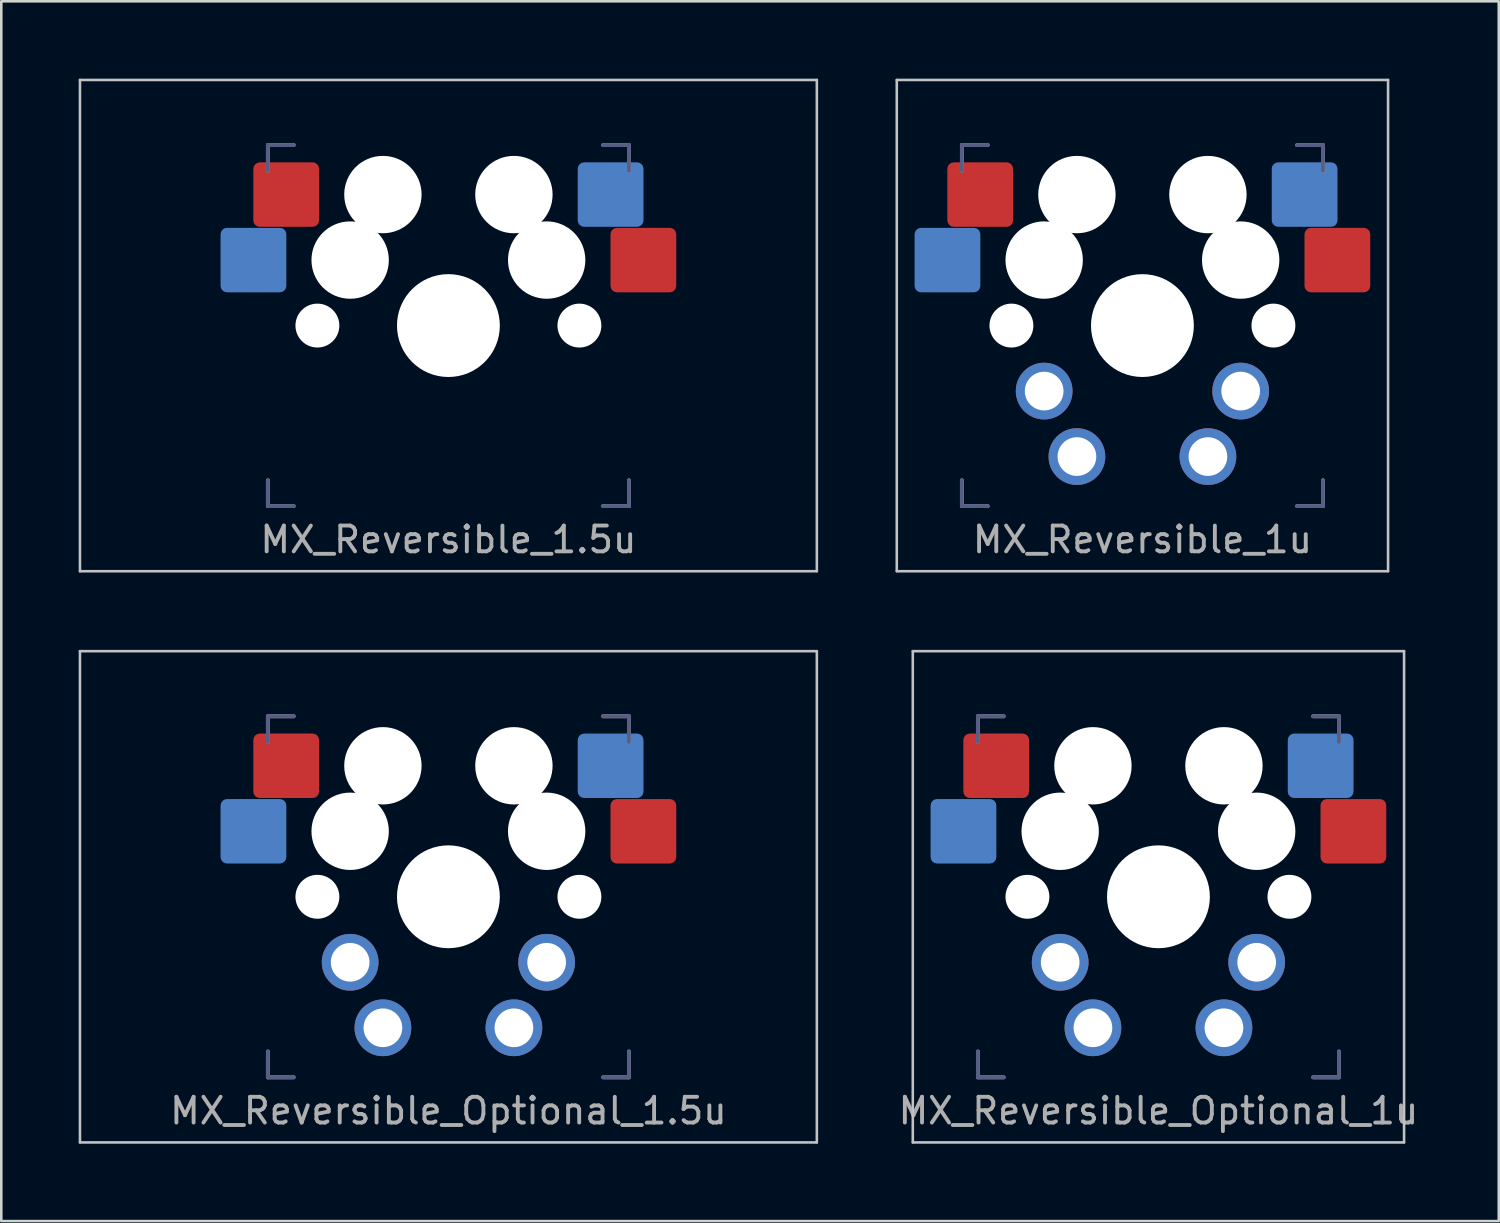
<source format=kicad_pcb>
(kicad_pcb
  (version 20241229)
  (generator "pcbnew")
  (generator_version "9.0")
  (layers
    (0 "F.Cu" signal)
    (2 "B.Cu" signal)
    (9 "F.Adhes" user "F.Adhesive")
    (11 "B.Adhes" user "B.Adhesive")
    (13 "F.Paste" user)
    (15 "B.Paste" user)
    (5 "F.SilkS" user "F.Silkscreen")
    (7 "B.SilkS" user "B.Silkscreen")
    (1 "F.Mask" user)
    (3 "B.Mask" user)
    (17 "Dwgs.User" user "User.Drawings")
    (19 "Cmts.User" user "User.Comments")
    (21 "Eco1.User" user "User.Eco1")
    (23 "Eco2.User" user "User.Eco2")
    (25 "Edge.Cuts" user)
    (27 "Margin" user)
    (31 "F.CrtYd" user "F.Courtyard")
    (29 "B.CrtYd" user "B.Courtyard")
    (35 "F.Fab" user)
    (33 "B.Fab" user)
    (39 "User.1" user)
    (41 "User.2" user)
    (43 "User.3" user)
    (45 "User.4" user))
  (footprint "MX_Reversible_1.5u"
    (layer "F.Cu")
    (at 14.338 9.575)
    (property "Reference" "MX_Reversible_1.5u" (at 0 8.3 0) (layer "F.Fab") (effects (font (size 1 1) (thickness 0.15))))
    (attr through_hole)
    (fp_line (start -14.287 -9.525) (end -14.287 9.525) (stroke (width 0.1) (type solid)) (layer "Dwgs.User"))
    (fp_line (start -14.287 -9.525) (end 14.287 -9.525) (stroke (width 0.1) (type solid)) (layer "Dwgs.User"))
    (fp_line (start -14.287 9.525) (end 14.287 9.525) (stroke (width 0.1) (type solid)) (layer "Dwgs.User"))
    (fp_line (start 14.287 9.525) (end 14.287 -9.525) (stroke (width 0.1) (type solid)) (layer "Dwgs.User"))
    (fp_line (start -7.5 -7.5) (end 7.5 -7.5) (stroke (width 0.15) (type solid)) (layer "Eco2.User"))
    (fp_line (start -7.5 7.5) (end -7.5 -7.5) (stroke (width 0.15) (type solid)) (layer "Eco2.User"))
    (fp_line (start -6.9 6.9) (end -6.9 -6.9) (stroke (width 0.15) (type solid)) (layer "Eco2.User"))
    (fp_line (start -6.9 6.9) (end 6.9 6.9) (stroke (width 0.15) (type solid)) (layer "Eco2.User"))
    (fp_line (start 6.9 -6.9) (end -6.9 -6.9) (stroke (width 0.15) (type solid)) (layer "Eco2.User"))
    (fp_line (start 6.9 -6.9) (end 6.9 6.9) (stroke (width 0.15) (type solid)) (layer "Eco2.User"))
    (fp_line (start 7.5 -7.5) (end 7.5 7.5) (stroke (width 0.15) (type solid)) (layer "Eco2.User"))
    (fp_line (start 7.5 7.5) (end -7.5 7.5) (stroke (width 0.15) (type solid)) (layer "Eco2.User"))
    (fp_line (start -7 -7) (end -6 -7) (stroke (width 0.15) (type solid)) (layer "B.Fab"))
    (fp_line (start -7 -6) (end -7 -7) (stroke (width 0.15) (type solid)) (layer "B.Fab"))
    (fp_line (start -7 7) (end -7 6) (stroke (width 0.15) (type solid)) (layer "B.Fab"))
    (fp_line (start -6 7) (end -7 7) (stroke (width 0.15) (type solid)) (layer "B.Fab"))
    (fp_line (start 6 -7) (end 7 -7) (stroke (width 0.15) (type solid)) (layer "B.Fab"))
    (fp_line (start 7 -7) (end 7 -6) (stroke (width 0.15) (type solid)) (layer "B.Fab"))
    (fp_line (start 7 6) (end 7 7) (stroke (width 0.15) (type solid)) (layer "B.Fab"))
    (fp_line (start 7 7) (end 6 7) (stroke (width 0.15) (type solid)) (layer "B.Fab"))
    (fp_line (start -7 -7) (end -6 -7) (stroke (width 0.15) (type solid)) (layer "F.Fab"))
    (fp_line (start -7 -6) (end -7 -7) (stroke (width 0.15) (type solid)) (layer "F.Fab"))
    (fp_line (start -7 7) (end -7 6) (stroke (width 0.15) (type solid)) (layer "F.Fab"))
    (fp_line (start -6 7) (end -7 7) (stroke (width 0.15) (type solid)) (layer "F.Fab"))
    (fp_line (start 6 -7) (end 7 -7) (stroke (width 0.15) (type solid)) (layer "F.Fab"))
    (fp_line (start 7 -7) (end 7 -6) (stroke (width 0.15) (type solid)) (layer "F.Fab"))
    (fp_line (start 7 6) (end 7 7) (stroke (width 0.15) (type solid)) (layer "F.Fab"))
    (fp_line (start 7 7) (end 6 7) (stroke (width 0.15) (type solid)) (layer "F.Fab"))
    (pad "" np_thru_hole circle (at -5.08 0) (size 1.702 1.702) (drill 1.702) (layers "*.Cu" "*.Mask"))
    (pad "" np_thru_hole circle (at -3.81 -2.54 180) (size 3 3) (drill 3) (layers "*.Cu" "*.Mask"))
    (pad "" np_thru_hole circle (at -2.54 -5.08) (size 3 3) (drill 3) (layers "*.Cu" "*.Mask"))
    (pad "" np_thru_hole circle (at 0 0) (size 3.988 3.988) (drill 3.988) (layers "*.Cu" "*.Mask"))
    (pad "" np_thru_hole circle (at 2.54 -5.08 180) (size 3 3) (drill 3) (layers "*.Cu" "*.Mask"))
    (pad "" np_thru_hole circle (at 3.81 -2.54) (size 3 3) (drill 3) (layers "*.Cu" "*.Mask"))
    (pad "" np_thru_hole circle (at 5.08 0) (size 1.702 1.702) (drill 1.702) (layers "*.Cu" "*.Mask"))
    (pad "1" smd roundrect (at -6.29 -5.08) (size 2.55 2.5) (layers "F.Cu" "F.Mask" "F.Paste") (roundrect_rratio 0.1))
    (pad "1" smd roundrect (at 6.29 -5.08 180) (size 2.55 2.5) (layers "B.Cu" "B.Mask" "B.Paste") (roundrect_rratio 0.1))
    (pad "2" smd roundrect (at -7.56 -2.54 180) (size 2.55 2.5) (layers "B.Cu" "B.Mask" "B.Paste") (roundrect_rratio 0.1))
    (pad "2" smd roundrect (at 7.56 -2.54) (size 2.55 2.5) (layers "F.Cu" "F.Mask" "F.Paste") (roundrect_rratio 0.1)))
  (footprint "MX_Reversible_1u"
    (layer "F.Cu")
    (at 41.25 9.575)
    (property "Reference" "MX_Reversible_1u" (at 0 8.3 0) (layer "F.Fab") (effects (font (size 1 1) (thickness 0.15))))
    (attr through_hole)
    (fp_line (start -9.525 -9.525) (end -9.525 9.525) (stroke (width 0.1) (type solid)) (layer "Dwgs.User"))
    (fp_line (start -9.525 -9.525) (end 9.525 -9.525) (stroke (width 0.1) (type solid)) (layer "Dwgs.User"))
    (fp_line (start -9.525 9.525) (end 9.525 9.525) (stroke (width 0.1) (type solid)) (layer "Dwgs.User"))
    (fp_line (start 9.525 9.525) (end 9.525 -9.525) (stroke (width 0.1) (type solid)) (layer "Dwgs.User"))
    (fp_line (start -7.5 -7.5) (end 7.5 -7.5) (stroke (width 0.15) (type solid)) (layer "Eco2.User"))
    (fp_line (start -7.5 7.5) (end -7.5 -7.5) (stroke (width 0.15) (type solid)) (layer "Eco2.User"))
    (fp_line (start -6.9 6.9) (end -6.9 -6.9) (stroke (width 0.15) (type solid)) (layer "Eco2.User"))
    (fp_line (start -6.9 6.9) (end 6.9 6.9) (stroke (width 0.15) (type solid)) (layer "Eco2.User"))
    (fp_line (start 6.9 -6.9) (end -6.9 -6.9) (stroke (width 0.15) (type solid)) (layer "Eco2.User"))
    (fp_line (start 6.9 -6.9) (end 6.9 6.9) (stroke (width 0.15) (type solid)) (layer "Eco2.User"))
    (fp_line (start 7.5 -7.5) (end 7.5 7.5) (stroke (width 0.15) (type solid)) (layer "Eco2.User"))
    (fp_line (start 7.5 7.5) (end -7.5 7.5) (stroke (width 0.15) (type solid)) (layer "Eco2.User"))
    (fp_line (start -7 -7) (end -6 -7) (stroke (width 0.15) (type solid)) (layer "B.Fab"))
    (fp_line (start -7 -6) (end -7 -7) (stroke (width 0.15) (type solid)) (layer "B.Fab"))
    (fp_line (start -7 7) (end -7 6) (stroke (width 0.15) (type solid)) (layer "B.Fab"))
    (fp_line (start -6 7) (end -7 7) (stroke (width 0.15) (type solid)) (layer "B.Fab"))
    (fp_line (start 6 -7) (end 7 -7) (stroke (width 0.15) (type solid)) (layer "B.Fab"))
    (fp_line (start 7 -7) (end 7 -6) (stroke (width 0.15) (type solid)) (layer "B.Fab"))
    (fp_line (start 7 6) (end 7 7) (stroke (width 0.15) (type solid)) (layer "B.Fab"))
    (fp_line (start 7 7) (end 6 7) (stroke (width 0.15) (type solid)) (layer "B.Fab"))
    (fp_line (start -7 -7) (end -6 -7) (stroke (width 0.15) (type solid)) (layer "F.Fab"))
    (fp_line (start -7 -6) (end -7 -7) (stroke (width 0.15) (type solid)) (layer "F.Fab"))
    (fp_line (start -7 7) (end -7 6) (stroke (width 0.15) (type solid)) (layer "F.Fab"))
    (fp_line (start -6 7) (end -7 7) (stroke (width 0.15) (type solid)) (layer "F.Fab"))
    (fp_line (start 6 -7) (end 7 -7) (stroke (width 0.15) (type solid)) (layer "F.Fab"))
    (fp_line (start 7 -7) (end 7 -6) (stroke (width 0.15) (type solid)) (layer "F.Fab"))
    (fp_line (start 7 6) (end 7 7) (stroke (width 0.15) (type solid)) (layer "F.Fab"))
    (fp_line (start 7 7) (end 6 7) (stroke (width 0.15) (type solid)) (layer "F.Fab"))
    (pad "" np_thru_hole circle (at -5.08 0) (size 1.702 1.702) (drill 1.702) (layers "*.Cu" "*.Mask"))
    (pad "" np_thru_hole circle (at -3.81 -2.54 180) (size 3 3) (drill 3) (layers "*.Cu" "*.Mask"))
    (pad "" np_thru_hole circle (at -2.54 -5.08) (size 3 3) (drill 3) (layers "*.Cu" "*.Mask"))
    (pad "" np_thru_hole circle (at 0 0) (size 3.988 3.988) (drill 3.988) (layers "*.Cu" "*.Mask"))
    (pad "" np_thru_hole circle (at 2.54 -5.08 180) (size 3 3) (drill 3) (layers "*.Cu" "*.Mask"))
    (pad "" np_thru_hole circle (at 3.81 -2.54) (size 3 3) (drill 3) (layers "*.Cu" "*.Mask"))
    (pad "" np_thru_hole circle (at 5.08 0) (size 1.702 1.702) (drill 1.702) (layers "*.Cu" "*.Mask"))
    (pad "1" smd roundrect (at -6.29 -5.08) (size 2.55 2.5) (layers "F.Cu" "F.Mask" "F.Paste") (roundrect_rratio 0.1))
    (pad "1" thru_hole circle (at -3.81 2.54) (size 2.2 2.2) (drill 1.5) (layers "*.Cu" "*.Mask"))
    (pad "1" thru_hole circle (at 3.81 2.54) (size 2.2 2.2) (drill 1.5) (layers "*.Cu" "*.Mask"))
    (pad "1" smd roundrect (at 6.29 -5.08 180) (size 2.55 2.5) (layers "B.Cu" "B.Mask" "B.Paste") (roundrect_rratio 0.1))
    (pad "2" smd roundrect (at -7.56 -2.54 180) (size 2.55 2.5) (layers "B.Cu" "B.Mask" "B.Paste") (roundrect_rratio 0.1))
    (pad "2" thru_hole circle (at -2.54 5.08) (size 2.2 2.2) (drill 1.5) (layers "*.Cu" "*.Mask"))
    (pad "2" thru_hole circle (at 2.54 5.08) (size 2.2 2.2) (drill 1.5) (layers "*.Cu" "*.Mask"))
    (pad "2" smd roundrect (at 7.56 -2.54) (size 2.55 2.5) (layers "F.Cu" "F.Mask" "F.Paste") (roundrect_rratio 0.1)))
  (footprint "MX_Reversible_Optional_1.5u"
    (layer "F.Cu")
    (at 14.338 31.725)
    (property "Reference" "MX_Reversible_Optional_1.5u" (at 0 8.3 0) (layer "F.Fab") (effects (font (size 1 1) (thickness 0.15))))
    (attr through_hole)
    (fp_line (start -14.287 -9.525) (end -14.287 9.525) (stroke (width 0.1) (type solid)) (layer "Dwgs.User"))
    (fp_line (start -14.287 -9.525) (end 14.287 -9.525) (stroke (width 0.1) (type solid)) (layer "Dwgs.User"))
    (fp_line (start -14.287 9.525) (end 14.287 9.525) (stroke (width 0.1) (type solid)) (layer "Dwgs.User"))
    (fp_line (start 14.287 9.525) (end 14.287 -9.525) (stroke (width 0.1) (type solid)) (layer "Dwgs.User"))
    (fp_line (start -7.5 -7.5) (end 7.5 -7.5) (stroke (width 0.15) (type solid)) (layer "Eco2.User"))
    (fp_line (start -7.5 7.5) (end -7.5 -7.5) (stroke (width 0.15) (type solid)) (layer "Eco2.User"))
    (fp_line (start -6.9 6.9) (end -6.9 -6.9) (stroke (width 0.15) (type solid)) (layer "Eco2.User"))
    (fp_line (start -6.9 6.9) (end 6.9 6.9) (stroke (width 0.15) (type solid)) (layer "Eco2.User"))
    (fp_line (start 6.9 -6.9) (end -6.9 -6.9) (stroke (width 0.15) (type solid)) (layer "Eco2.User"))
    (fp_line (start 6.9 -6.9) (end 6.9 6.9) (stroke (width 0.15) (type solid)) (layer "Eco2.User"))
    (fp_line (start 7.5 -7.5) (end 7.5 7.5) (stroke (width 0.15) (type solid)) (layer "Eco2.User"))
    (fp_line (start 7.5 7.5) (end -7.5 7.5) (stroke (width 0.15) (type solid)) (layer "Eco2.User"))
    (fp_line (start -7 -7) (end -6 -7) (stroke (width 0.15) (type solid)) (layer "B.Fab"))
    (fp_line (start -7 -6) (end -7 -7) (stroke (width 0.15) (type solid)) (layer "B.Fab"))
    (fp_line (start -7 7) (end -7 6) (stroke (width 0.15) (type solid)) (layer "B.Fab"))
    (fp_line (start -6 7) (end -7 7) (stroke (width 0.15) (type solid)) (layer "B.Fab"))
    (fp_line (start 6 -7) (end 7 -7) (stroke (width 0.15) (type solid)) (layer "B.Fab"))
    (fp_line (start 7 -7) (end 7 -6) (stroke (width 0.15) (type solid)) (layer "B.Fab"))
    (fp_line (start 7 6) (end 7 7) (stroke (width 0.15) (type solid)) (layer "B.Fab"))
    (fp_line (start 7 7) (end 6 7) (stroke (width 0.15) (type solid)) (layer "B.Fab"))
    (fp_line (start -7 -7) (end -6 -7) (stroke (width 0.15) (type solid)) (layer "F.Fab"))
    (fp_line (start -7 -6) (end -7 -7) (stroke (width 0.15) (type solid)) (layer "F.Fab"))
    (fp_line (start -7 7) (end -7 6) (stroke (width 0.15) (type solid)) (layer "F.Fab"))
    (fp_line (start -6 7) (end -7 7) (stroke (width 0.15) (type solid)) (layer "F.Fab"))
    (fp_line (start 6 -7) (end 7 -7) (stroke (width 0.15) (type solid)) (layer "F.Fab"))
    (fp_line (start 7 -7) (end 7 -6) (stroke (width 0.15) (type solid)) (layer "F.Fab"))
    (fp_line (start 7 6) (end 7 7) (stroke (width 0.15) (type solid)) (layer "F.Fab"))
    (fp_line (start 7 7) (end 6 7) (stroke (width 0.15) (type solid)) (layer "F.Fab"))
    (pad "" np_thru_hole circle (at -5.08 0) (size 1.702 1.702) (drill 1.702) (layers "*.Cu" "*.Mask"))
    (pad "" np_thru_hole circle (at -3.81 -2.54 180) (size 3 3) (drill 3) (layers "*.Cu" "*.Mask"))
    (pad "" np_thru_hole circle (at -2.54 -5.08) (size 3 3) (drill 3) (layers "*.Cu" "*.Mask"))
    (pad "" np_thru_hole circle (at 0 0) (size 3.988 3.988) (drill 3.988) (layers "*.Cu" "*.Mask"))
    (pad "" np_thru_hole circle (at 2.54 -5.08 180) (size 3 3) (drill 3) (layers "*.Cu" "*.Mask"))
    (pad "" np_thru_hole circle (at 3.81 -2.54) (size 3 3) (drill 3) (layers "*.Cu" "*.Mask"))
    (pad "" np_thru_hole circle (at 5.08 0) (size 1.702 1.702) (drill 1.702) (layers "*.Cu" "*.Mask"))
    (pad "1" smd roundrect (at -6.29 -5.08) (size 2.55 2.5) (layers "F.Cu" "F.Mask" "F.Paste") (roundrect_rratio 0.1))
    (pad "1" thru_hole circle (at -3.81 2.54) (size 2.2 2.2) (drill 1.5) (layers "*.Cu" "*.Mask"))
    (pad "1" thru_hole circle (at 3.81 2.54) (size 2.2 2.2) (drill 1.5) (layers "*.Cu" "*.Mask"))
    (pad "1" smd roundrect (at 6.29 -5.08 180) (size 2.55 2.5) (layers "B.Cu" "B.Mask" "B.Paste") (roundrect_rratio 0.1))
    (pad "2" smd roundrect (at -7.56 -2.54 180) (size 2.55 2.5) (layers "B.Cu" "B.Mask" "B.Paste") (roundrect_rratio 0.1))
    (pad "2" thru_hole circle (at -2.54 5.08) (size 2.2 2.2) (drill 1.5) (layers "*.Cu" "*.Mask"))
    (pad "2" thru_hole circle (at 2.54 5.08) (size 2.2 2.2) (drill 1.5) (layers "*.Cu" "*.Mask"))
    (pad "2" smd roundrect (at 7.56 -2.54) (size 2.55 2.5) (layers "F.Cu" "F.Mask" "F.Paste") (roundrect_rratio 0.1)))
  (footprint "MX_Reversible_Optional_1u"
    (layer "F.Cu")
    (at 41.871 31.725)
    (property "Reference" "MX_Reversible_Optional_1u" (at 0 8.3 0) (layer "F.Fab") (effects (font (size 1 1) (thickness 0.15))))
    (attr through_hole)
    (fp_line (start -9.525 -9.525) (end -9.525 9.525) (stroke (width 0.1) (type solid)) (layer "Dwgs.User"))
    (fp_line (start -9.525 -9.525) (end 9.525 -9.525) (stroke (width 0.1) (type solid)) (layer "Dwgs.User"))
    (fp_line (start -9.525 9.525) (end 9.525 9.525) (stroke (width 0.1) (type solid)) (layer "Dwgs.User"))
    (fp_line (start 9.525 9.525) (end 9.525 -9.525) (stroke (width 0.1) (type solid)) (layer "Dwgs.User"))
    (fp_line (start -7.5 -7.5) (end 7.5 -7.5) (stroke (width 0.15) (type solid)) (layer "Eco2.User"))
    (fp_line (start -7.5 7.5) (end -7.5 -7.5) (stroke (width 0.15) (type solid)) (layer "Eco2.User"))
    (fp_line (start -6.9 6.9) (end -6.9 -6.9) (stroke (width 0.15) (type solid)) (layer "Eco2.User"))
    (fp_line (start -6.9 6.9) (end 6.9 6.9) (stroke (width 0.15) (type solid)) (layer "Eco2.User"))
    (fp_line (start 6.9 -6.9) (end -6.9 -6.9) (stroke (width 0.15) (type solid)) (layer "Eco2.User"))
    (fp_line (start 6.9 -6.9) (end 6.9 6.9) (stroke (width 0.15) (type solid)) (layer "Eco2.User"))
    (fp_line (start 7.5 -7.5) (end 7.5 7.5) (stroke (width 0.15) (type solid)) (layer "Eco2.User"))
    (fp_line (start 7.5 7.5) (end -7.5 7.5) (stroke (width 0.15) (type solid)) (layer "Eco2.User"))
    (fp_line (start -7 -7) (end -6 -7) (stroke (width 0.15) (type solid)) (layer "B.Fab"))
    (fp_line (start -7 -6) (end -7 -7) (stroke (width 0.15) (type solid)) (layer "B.Fab"))
    (fp_line (start -7 7) (end -7 6) (stroke (width 0.15) (type solid)) (layer "B.Fab"))
    (fp_line (start -6 7) (end -7 7) (stroke (width 0.15) (type solid)) (layer "B.Fab"))
    (fp_line (start 6 -7) (end 7 -7) (stroke (width 0.15) (type solid)) (layer "B.Fab"))
    (fp_line (start 7 -7) (end 7 -6) (stroke (width 0.15) (type solid)) (layer "B.Fab"))
    (fp_line (start 7 6) (end 7 7) (stroke (width 0.15) (type solid)) (layer "B.Fab"))
    (fp_line (start 7 7) (end 6 7) (stroke (width 0.15) (type solid)) (layer "B.Fab"))
    (fp_line (start -7 -7) (end -6 -7) (stroke (width 0.15) (type solid)) (layer "F.Fab"))
    (fp_line (start -7 -6) (end -7 -7) (stroke (width 0.15) (type solid)) (layer "F.Fab"))
    (fp_line (start -7 7) (end -7 6) (stroke (width 0.15) (type solid)) (layer "F.Fab"))
    (fp_line (start -6 7) (end -7 7) (stroke (width 0.15) (type solid)) (layer "F.Fab"))
    (fp_line (start 6 -7) (end 7 -7) (stroke (width 0.15) (type solid)) (layer "F.Fab"))
    (fp_line (start 7 -7) (end 7 -6) (stroke (width 0.15) (type solid)) (layer "F.Fab"))
    (fp_line (start 7 6) (end 7 7) (stroke (width 0.15) (type solid)) (layer "F.Fab"))
    (fp_line (start 7 7) (end 6 7) (stroke (width 0.15) (type solid)) (layer "F.Fab"))
    (pad "" np_thru_hole circle (at -5.08 0) (size 1.702 1.702) (drill 1.702) (layers "*.Cu" "*.Mask"))
    (pad "" np_thru_hole circle (at -3.81 -2.54 180) (size 3 3) (drill 3) (layers "*.Cu" "*.Mask"))
    (pad "" np_thru_hole circle (at -2.54 -5.08) (size 3 3) (drill 3) (layers "*.Cu" "*.Mask"))
    (pad "" np_thru_hole circle (at 0 0) (size 3.988 3.988) (drill 3.988) (layers "*.Cu" "*.Mask"))
    (pad "" np_thru_hole circle (at 2.54 -5.08 180) (size 3 3) (drill 3) (layers "*.Cu" "*.Mask"))
    (pad "" np_thru_hole circle (at 3.81 -2.54) (size 3 3) (drill 3) (layers "*.Cu" "*.Mask"))
    (pad "" np_thru_hole circle (at 5.08 0) (size 1.702 1.702) (drill 1.702) (layers "*.Cu" "*.Mask"))
    (pad "1" smd roundrect (at -6.29 -5.08) (size 2.55 2.5) (layers "F.Cu" "F.Mask" "F.Paste") (roundrect_rratio 0.1))
    (pad "1" thru_hole circle (at -3.81 2.54) (size 2.2 2.2) (drill 1.5) (layers "*.Cu" "*.Mask"))
    (pad "1" thru_hole circle (at 3.81 2.54) (size 2.2 2.2) (drill 1.5) (layers "*.Cu" "*.Mask"))
    (pad "1" smd roundrect (at 6.29 -5.08 180) (size 2.55 2.5) (layers "B.Cu" "B.Mask" "B.Paste") (roundrect_rratio 0.1))
    (pad "2" smd roundrect (at -7.56 -2.54 180) (size 2.55 2.5) (layers "B.Cu" "B.Mask" "B.Paste") (roundrect_rratio 0.1))
    (pad "2" thru_hole circle (at -2.54 5.08) (size 2.2 2.2) (drill 1.5) (layers "*.Cu" "*.Mask"))
    (pad "2" thru_hole circle (at 2.54 5.08) (size 2.2 2.2) (drill 1.5) (layers "*.Cu" "*.Mask"))
    (pad "2" smd roundrect (at 7.56 -2.54) (size 2.55 2.5) (layers "F.Cu" "F.Mask" "F.Paste") (roundrect_rratio 0.1)))
  (gr_rect
    (start -3 -3)
    (end 55.068 44.3)
    (stroke (width 0.1) (type default))
    (fill no)
    (layer "Edge.Cuts")))
</source>
